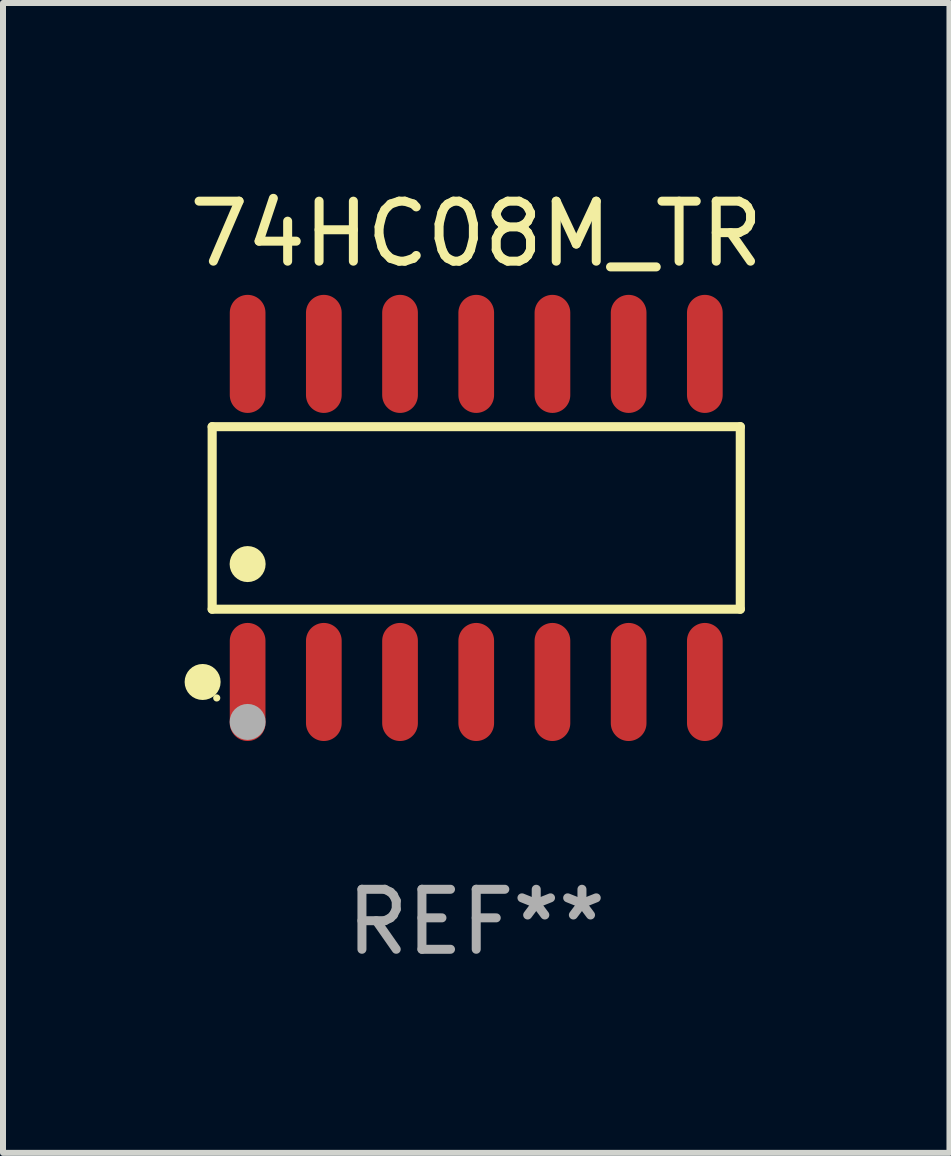
<source format=kicad_pcb>
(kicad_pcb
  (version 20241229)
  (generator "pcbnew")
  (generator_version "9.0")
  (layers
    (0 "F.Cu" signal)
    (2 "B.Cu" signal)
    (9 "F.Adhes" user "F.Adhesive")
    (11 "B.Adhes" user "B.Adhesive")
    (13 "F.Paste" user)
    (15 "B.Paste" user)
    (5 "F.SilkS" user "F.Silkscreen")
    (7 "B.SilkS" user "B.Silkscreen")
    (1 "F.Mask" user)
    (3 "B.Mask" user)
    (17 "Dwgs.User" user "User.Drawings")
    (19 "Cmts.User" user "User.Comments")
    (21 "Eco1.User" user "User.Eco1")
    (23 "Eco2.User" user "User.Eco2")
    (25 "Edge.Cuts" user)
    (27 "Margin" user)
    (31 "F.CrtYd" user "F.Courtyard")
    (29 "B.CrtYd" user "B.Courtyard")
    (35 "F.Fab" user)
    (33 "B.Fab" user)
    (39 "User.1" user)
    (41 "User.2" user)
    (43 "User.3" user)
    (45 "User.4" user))
  (footprint "74HC08M_TR"
    (layer "F.Cu")
    (at 4.887 5.582)
    (property "Reference" "74HC08M_TR" (at 0 -4.734 0) (layer "F.SilkS") (effects (font (size 1 1) (thickness 0.15))))
    (attr through_hole)
    (fp_line (start -4.401 -1.521) (end 4.401 -1.521) (stroke (width 0.152) (type solid)) (layer "F.SilkS"))
    (fp_line (start -4.401 1.521) (end -4.401 -1.521) (stroke (width 0.152) (type solid)) (layer "F.SilkS"))
    (fp_line (start 4.401 -1.521) (end 4.401 1.521) (stroke (width 0.152) (type solid)) (layer "F.SilkS"))
    (fp_line (start 4.401 1.521) (end -4.401 1.521) (stroke (width 0.152) (type solid)) (layer "F.SilkS"))
    (fp_circle (center -4.56 2.734) (end -4.41 2.734) (stroke (width 0.3) (type solid)) (fill no) (layer "F.SilkS"))
    (fp_circle (center -4.325 3) (end -4.295 3) (stroke (width 0.06) (type solid)) (fill no) (layer "F.SilkS"))
    (fp_circle (center -3.81 0.769) (end -3.66 0.769) (stroke (width 0.3) (type solid)) (fill no) (layer "F.SilkS"))
    (fp_circle (center -3.81 3.4) (end -3.66 3.4) (stroke (width 0.3) (type solid)) (fill no) (layer "F.Fab"))
    (fp_text user "REF**" (at 0 6.734 0) (layer "F.Fab") (effects (font (size 1 1) (thickness 0.15))))
    (pad "1" smd oval (at -3.81 2.734) (size 0.595 1.968) (layers "F.Cu" "F.Mask" "F.Paste"))
    (pad "2" smd oval (at -2.54 2.734) (size 0.595 1.968) (layers "F.Cu" "F.Mask" "F.Paste"))
    (pad "3" smd oval (at -1.27 2.734) (size 0.595 1.968) (layers "F.Cu" "F.Mask" "F.Paste"))
    (pad "4" smd oval (at 0 2.734) (size 0.595 1.968) (layers "F.Cu" "F.Mask" "F.Paste"))
    (pad "5" smd oval (at 1.27 2.734) (size 0.595 1.968) (layers "F.Cu" "F.Mask" "F.Paste"))
    (pad "6" smd oval (at 2.54 2.734) (size 0.595 1.968) (layers "F.Cu" "F.Mask" "F.Paste"))
    (pad "7" smd oval (at 3.81 2.734) (size 0.595 1.968) (layers "F.Cu" "F.Mask" "F.Paste"))
    (pad "8" smd oval (at 3.81 -2.734) (size 0.595 1.968) (layers "F.Cu" "F.Mask" "F.Paste"))
    (pad "9" smd oval (at 2.54 -2.734) (size 0.595 1.968) (layers "F.Cu" "F.Mask" "F.Paste"))
    (pad "10" smd oval (at 1.27 -2.734) (size 0.595 1.968) (layers "F.Cu" "F.Mask" "F.Paste"))
    (pad "11" smd oval (at 0 -2.734) (size 0.595 1.968) (layers "F.Cu" "F.Mask" "F.Paste"))
    (pad "12" smd oval (at -1.27 -2.734) (size 0.595 1.968) (layers "F.Cu" "F.Mask" "F.Paste"))
    (pad "13" smd oval (at -2.54 -2.734) (size 0.595 1.968) (layers "F.Cu" "F.Mask" "F.Paste"))
    (pad "14" smd oval (at -3.81 -2.734) (size 0.595 1.968) (layers "F.Cu" "F.Mask" "F.Paste")))
  (gr_rect
    (start -3 -3)
    (end 12.774 16.164)
    (stroke (width 0.1) (type default))
    (fill no)
    (layer "Edge.Cuts")))
</source>
